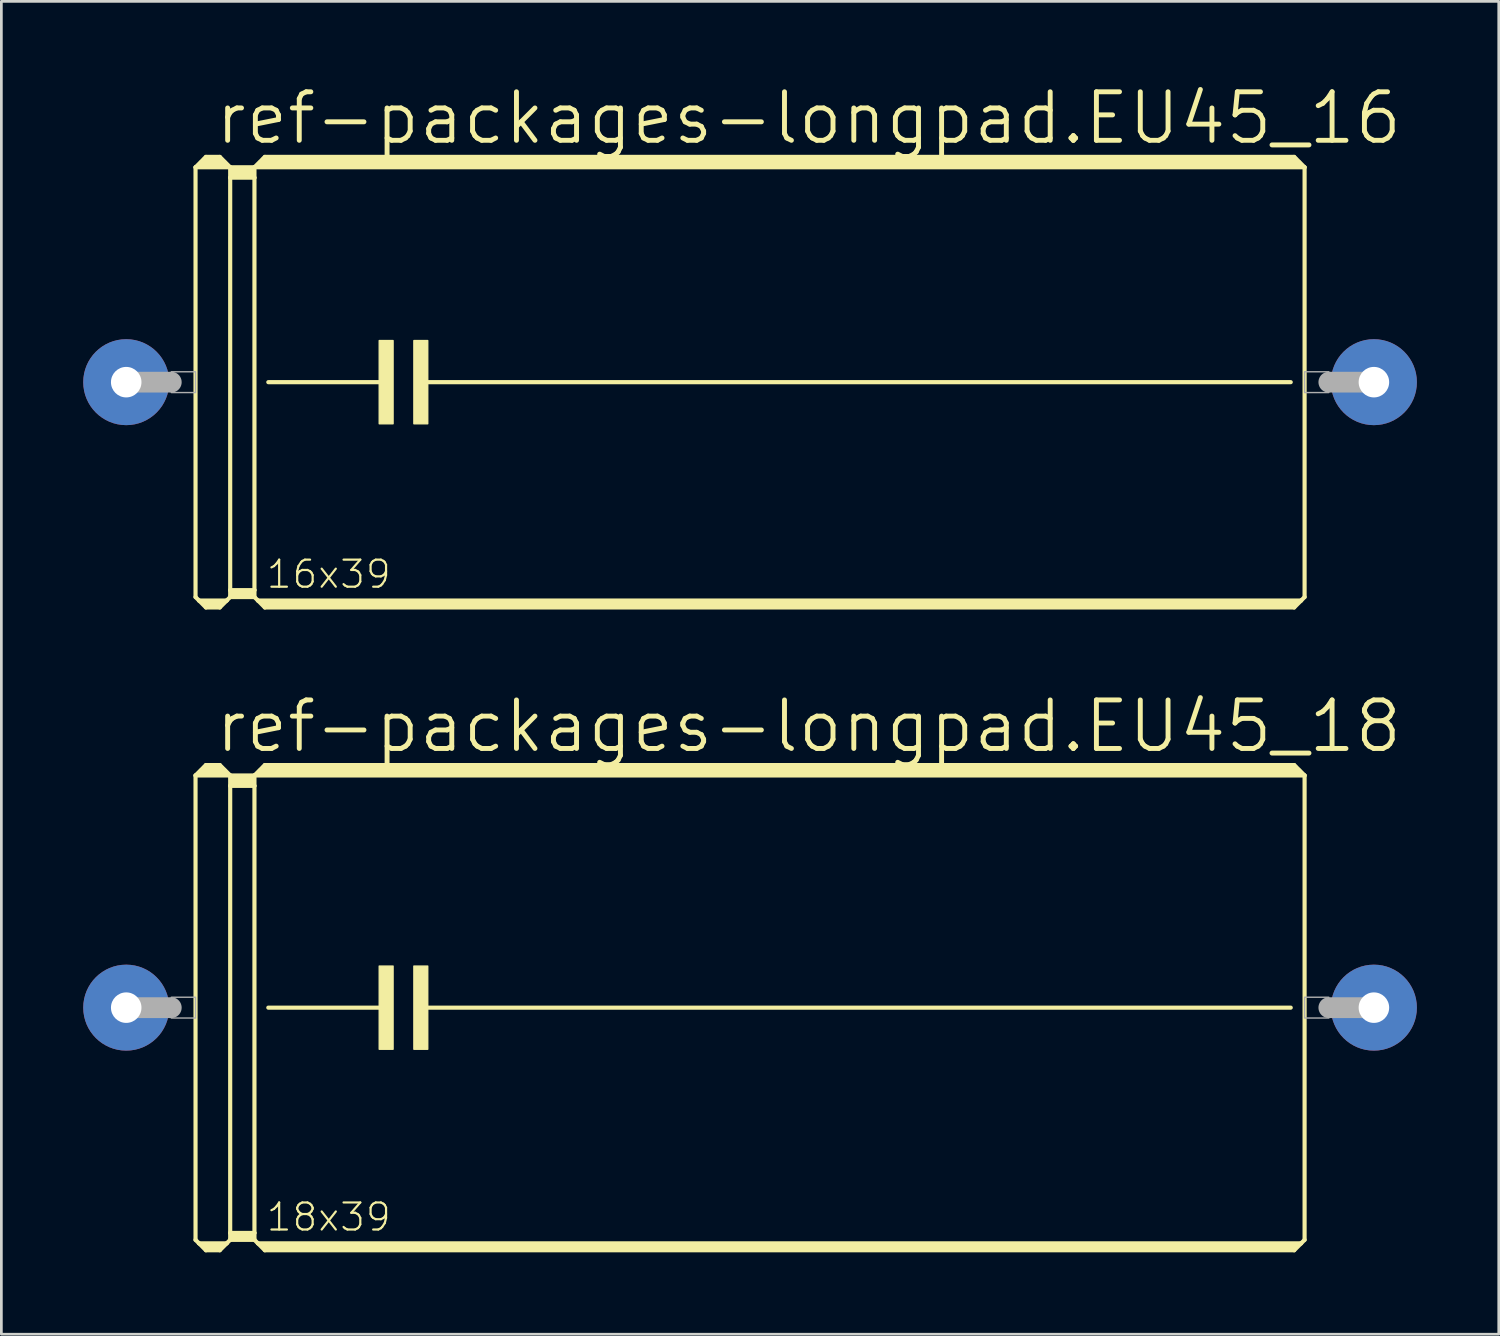
<source format=kicad_pcb>
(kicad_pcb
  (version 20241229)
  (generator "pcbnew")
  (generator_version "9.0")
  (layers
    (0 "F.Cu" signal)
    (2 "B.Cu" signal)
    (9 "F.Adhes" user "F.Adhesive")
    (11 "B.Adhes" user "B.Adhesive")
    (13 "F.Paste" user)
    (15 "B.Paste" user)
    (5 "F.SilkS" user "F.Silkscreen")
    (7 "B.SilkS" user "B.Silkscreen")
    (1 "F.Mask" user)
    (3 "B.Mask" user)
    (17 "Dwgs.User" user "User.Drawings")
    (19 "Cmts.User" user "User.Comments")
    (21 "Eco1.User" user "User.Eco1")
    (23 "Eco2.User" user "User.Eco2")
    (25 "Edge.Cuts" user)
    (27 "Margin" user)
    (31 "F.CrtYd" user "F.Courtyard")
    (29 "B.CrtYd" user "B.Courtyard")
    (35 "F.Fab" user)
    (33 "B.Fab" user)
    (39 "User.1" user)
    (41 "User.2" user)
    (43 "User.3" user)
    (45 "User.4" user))
  (footprint "ref-packages-longpad.EU45_18"
    (layer "F.Cu")
    (at 24.435 33.874)
    (property "Reference" "ref-packages-longpad.EU45_18" (at -19.685 -9.271 0) (layer "F.SilkS") (effects (font (size 1.778 1.778) (thickness 0.18)) (justify left bottom)))
    (attr through_hole)
    (fp_line (start -20.32 -8.509) (end -20.32 8.509) (stroke (width 0.152) (type default)) (layer "F.SilkS"))
    (fp_line (start -20.32 -8.509) (end -19.939 -8.89) (stroke (width 0.152) (type default)) (layer "F.SilkS"))
    (fp_line (start -20.32 -8.509) (end -19.05 -8.509) (stroke (width 0.152) (type default)) (layer "F.SilkS"))
    (fp_line (start -20.32 8.509) (end -20.193 8.636) (stroke (width 0.152) (type default)) (layer "F.SilkS"))
    (fp_line (start -20.193 8.636) (end -19.939 8.89) (stroke (width 0.152) (type default)) (layer "F.SilkS"))
    (fp_line (start -20.193 8.636) (end -19.177 8.636) (stroke (width 0.152) (type default)) (layer "F.SilkS"))
    (fp_line (start -20.066 -8.636) (end -19.304 -8.636) (stroke (width 0.305) (type default)) (layer "F.SilkS"))
    (fp_line (start -19.939 -8.89) (end -19.431 -8.89) (stroke (width 0.152) (type default)) (layer "F.SilkS"))
    (fp_line (start -19.939 -8.763) (end -19.431 -8.763) (stroke (width 0.305) (type default)) (layer "F.SilkS"))
    (fp_line (start -19.939 8.763) (end -19.431 8.763) (stroke (width 0.254) (type default)) (layer "F.SilkS"))
    (fp_line (start -19.939 8.89) (end -19.431 8.89) (stroke (width 0.152) (type default)) (layer "F.SilkS"))
    (fp_line (start -19.177 8.636) (end -19.431 8.89) (stroke (width 0.152) (type default)) (layer "F.SilkS"))
    (fp_line (start -19.05 -8.509) (end -19.431 -8.89) (stroke (width 0.152) (type default)) (layer "F.SilkS"))
    (fp_line (start -19.05 -8.509) (end -19.05 -8.128) (stroke (width 0.152) (type default)) (layer "F.SilkS"))
    (fp_line (start -19.05 -8.509) (end -18.161 -8.509) (stroke (width 0.152) (type default)) (layer "F.SilkS"))
    (fp_line (start -19.05 -8.128) (end -18.161 -8.128) (stroke (width 0.152) (type default)) (layer "F.SilkS"))
    (fp_line (start -19.05 8.255) (end -19.05 -8.128) (stroke (width 0.152) (type default)) (layer "F.SilkS"))
    (fp_line (start -19.05 8.255) (end -18.161 8.255) (stroke (width 0.152) (type default)) (layer "F.SilkS"))
    (fp_line (start -19.05 8.509) (end -19.177 8.636) (stroke (width 0.152) (type default)) (layer "F.SilkS"))
    (fp_line (start -19.05 8.509) (end -19.05 8.255) (stroke (width 0.152) (type default)) (layer "F.SilkS"))
    (fp_line (start -19.05 8.509) (end -18.161 8.509) (stroke (width 0.152) (type default)) (layer "F.SilkS"))
    (fp_line (start -18.923 -8.382) (end -18.288 -8.382) (stroke (width 0.305) (type default)) (layer "F.SilkS"))
    (fp_line (start -18.923 -8.255) (end -18.288 -8.255) (stroke (width 0.305) (type default)) (layer "F.SilkS"))
    (fp_line (start -18.923 8.382) (end -18.288 8.382) (stroke (width 0.254) (type default)) (layer "F.SilkS"))
    (fp_line (start -18.161 -8.509) (end -18.161 -8.128) (stroke (width 0.152) (type default)) (layer "F.SilkS"))
    (fp_line (start -18.161 -8.509) (end 20.32 -8.509) (stroke (width 0.152) (type default)) (layer "F.SilkS"))
    (fp_line (start -18.161 -8.128) (end -18.161 8.255) (stroke (width 0.152) (type default)) (layer "F.SilkS"))
    (fp_line (start -18.161 8.255) (end -18.161 8.509) (stroke (width 0.152) (type default)) (layer "F.SilkS"))
    (fp_line (start -18.034 8.636) (end -18.161 8.509) (stroke (width 0.152) (type default)) (layer "F.SilkS"))
    (fp_line (start -18.034 8.636) (end 20.193 8.636) (stroke (width 0.152) (type default)) (layer "F.SilkS"))
    (fp_line (start -17.907 -8.636) (end 20.066 -8.636) (stroke (width 0.305) (type default)) (layer "F.SilkS"))
    (fp_line (start -17.78 -8.89) (end -18.161 -8.509) (stroke (width 0.152) (type default)) (layer "F.SilkS"))
    (fp_line (start -17.78 -8.89) (end 19.939 -8.89) (stroke (width 0.152) (type default)) (layer "F.SilkS"))
    (fp_line (start -17.78 -8.763) (end 19.939 -8.763) (stroke (width 0.305) (type default)) (layer "F.SilkS"))
    (fp_line (start -17.78 8.763) (end 19.939 8.763) (stroke (width 0.254) (type default)) (layer "F.SilkS"))
    (fp_line (start -17.78 8.89) (end -18.034 8.636) (stroke (width 0.152) (type default)) (layer "F.SilkS"))
    (fp_line (start -17.78 8.89) (end 19.939 8.89) (stroke (width 0.152) (type default)) (layer "F.SilkS"))
    (fp_line (start -17.653 0) (end -13.335 0) (stroke (width 0.152) (type default)) (layer "F.SilkS"))
    (fp_line (start -11.938 0) (end 19.812 0) (stroke (width 0.152) (type default)) (layer "F.SilkS"))
    (fp_line (start 19.939 -8.89) (end 20.32 -8.509) (stroke (width 0.152) (type default)) (layer "F.SilkS"))
    (fp_line (start 19.939 8.89) (end 20.193 8.636) (stroke (width 0.152) (type default)) (layer "F.SilkS"))
    (fp_line (start 20.193 8.636) (end 20.32 8.509) (stroke (width 0.152) (type default)) (layer "F.SilkS"))
    (fp_line (start 20.32 -8.509) (end 20.32 8.509) (stroke (width 0.152) (type default)) (layer "F.SilkS"))
    (fp_rect (start -13.589 1.524) (end -13.081 -1.524) (stroke (width 0.05) (type default)) (fill yes) (layer "F.SilkS"))
    (fp_rect (start -12.319 1.524) (end -11.811 -1.524) (stroke (width 0.05) (type default)) (fill yes) (layer "F.SilkS"))
    (fp_line (start -22.86 0) (end -21.209 0) (stroke (width 0.762) (type default)) (layer "F.Fab"))
    (fp_line (start 22.86 0) (end 21.209 0) (stroke (width 0.762) (type default)) (layer "F.Fab"))
    (fp_rect (start -21.209 0.381) (end -20.32 -0.381) (stroke (width 0.05) (type default)) (fill no) (layer "F.Fab"))
    (fp_rect (start 20.32 0.381) (end 21.209 -0.381) (stroke (width 0.05) (type default)) (fill no) (layer "F.Fab"))
    (fp_text user "18x39" (at -17.78 8.255 0) (layer "F.SilkS") (effects (font (size 0.991 0.991) (thickness 0.08)) (justify left bottom)))
    (pad "1" thru_hole circle (at -22.86 0) (size 3.15 3.15) (drill 1.118) (layers "*.Cu" "*.Mask"))
    (pad "2" thru_hole circle (at 22.86 0) (size 3.15 3.15) (drill 1.118) (layers "*.Cu" "*.Mask")))
  (footprint "ref-packages-longpad.EU45_16"
    (layer "F.Cu")
    (at 24.435 10.954)
    (property "Reference" "ref-packages-longpad.EU45_16" (at -19.685 -8.636 0) (layer "F.SilkS") (effects (font (size 1.778 1.778) (thickness 0.18)) (justify left bottom)))
    (attr through_hole)
    (fp_line (start -20.32 -7.874) (end -20.32 7.874) (stroke (width 0.152) (type default)) (layer "F.SilkS"))
    (fp_line (start -20.32 -7.874) (end -19.939 -8.255) (stroke (width 0.152) (type default)) (layer "F.SilkS"))
    (fp_line (start -20.32 -7.874) (end -19.05 -7.874) (stroke (width 0.152) (type default)) (layer "F.SilkS"))
    (fp_line (start -20.32 7.874) (end -20.193 8.001) (stroke (width 0.152) (type default)) (layer "F.SilkS"))
    (fp_line (start -20.193 8.001) (end -19.939 8.255) (stroke (width 0.152) (type default)) (layer "F.SilkS"))
    (fp_line (start -20.193 8.001) (end -19.177 8.001) (stroke (width 0.152) (type default)) (layer "F.SilkS"))
    (fp_line (start -20.066 -8.001) (end -19.304 -8.001) (stroke (width 0.305) (type default)) (layer "F.SilkS"))
    (fp_line (start -19.939 -8.255) (end -19.431 -8.255) (stroke (width 0.152) (type default)) (layer "F.SilkS"))
    (fp_line (start -19.939 -8.128) (end -19.431 -8.128) (stroke (width 0.305) (type default)) (layer "F.SilkS"))
    (fp_line (start -19.939 8.128) (end -19.431 8.128) (stroke (width 0.254) (type default)) (layer "F.SilkS"))
    (fp_line (start -19.939 8.255) (end -19.431 8.255) (stroke (width 0.152) (type default)) (layer "F.SilkS"))
    (fp_line (start -19.177 8.001) (end -19.431 8.255) (stroke (width 0.152) (type default)) (layer "F.SilkS"))
    (fp_line (start -19.05 -7.874) (end -19.431 -8.255) (stroke (width 0.152) (type default)) (layer "F.SilkS"))
    (fp_line (start -19.05 -7.874) (end -19.05 -7.493) (stroke (width 0.152) (type default)) (layer "F.SilkS"))
    (fp_line (start -19.05 -7.874) (end -18.161 -7.874) (stroke (width 0.152) (type default)) (layer "F.SilkS"))
    (fp_line (start -19.05 -7.493) (end -18.161 -7.493) (stroke (width 0.152) (type default)) (layer "F.SilkS"))
    (fp_line (start -19.05 7.62) (end -19.05 -7.493) (stroke (width 0.152) (type default)) (layer "F.SilkS"))
    (fp_line (start -19.05 7.62) (end -18.161 7.62) (stroke (width 0.152) (type default)) (layer "F.SilkS"))
    (fp_line (start -19.05 7.874) (end -19.177 8.001) (stroke (width 0.152) (type default)) (layer "F.SilkS"))
    (fp_line (start -19.05 7.874) (end -19.05 7.62) (stroke (width 0.152) (type default)) (layer "F.SilkS"))
    (fp_line (start -19.05 7.874) (end -18.161 7.874) (stroke (width 0.152) (type default)) (layer "F.SilkS"))
    (fp_line (start -18.923 -7.747) (end -18.288 -7.747) (stroke (width 0.305) (type default)) (layer "F.SilkS"))
    (fp_line (start -18.923 -7.62) (end -18.288 -7.62) (stroke (width 0.305) (type default)) (layer "F.SilkS"))
    (fp_line (start -18.923 7.747) (end -18.288 7.747) (stroke (width 0.254) (type default)) (layer "F.SilkS"))
    (fp_line (start -18.161 -7.874) (end -18.161 -7.493) (stroke (width 0.152) (type default)) (layer "F.SilkS"))
    (fp_line (start -18.161 -7.874) (end 20.32 -7.874) (stroke (width 0.152) (type default)) (layer "F.SilkS"))
    (fp_line (start -18.161 -7.493) (end -18.161 7.62) (stroke (width 0.152) (type default)) (layer "F.SilkS"))
    (fp_line (start -18.161 7.62) (end -18.161 7.874) (stroke (width 0.152) (type default)) (layer "F.SilkS"))
    (fp_line (start -18.034 8.001) (end -18.161 7.874) (stroke (width 0.152) (type default)) (layer "F.SilkS"))
    (fp_line (start -18.034 8.001) (end 20.193 8.001) (stroke (width 0.152) (type default)) (layer "F.SilkS"))
    (fp_line (start -17.907 -8.001) (end 20.066 -8.001) (stroke (width 0.305) (type default)) (layer "F.SilkS"))
    (fp_line (start -17.78 -8.255) (end -18.161 -7.874) (stroke (width 0.152) (type default)) (layer "F.SilkS"))
    (fp_line (start -17.78 -8.255) (end 19.939 -8.255) (stroke (width 0.152) (type default)) (layer "F.SilkS"))
    (fp_line (start -17.78 -8.128) (end 19.939 -8.128) (stroke (width 0.305) (type default)) (layer "F.SilkS"))
    (fp_line (start -17.78 8.128) (end 19.939 8.128) (stroke (width 0.254) (type default)) (layer "F.SilkS"))
    (fp_line (start -17.78 8.255) (end -18.034 8.001) (stroke (width 0.152) (type default)) (layer "F.SilkS"))
    (fp_line (start -17.78 8.255) (end 19.939 8.255) (stroke (width 0.152) (type default)) (layer "F.SilkS"))
    (fp_line (start -17.653 0) (end -13.335 0) (stroke (width 0.152) (type default)) (layer "F.SilkS"))
    (fp_line (start -11.938 0) (end 19.812 0) (stroke (width 0.152) (type default)) (layer "F.SilkS"))
    (fp_line (start 19.939 -8.255) (end 20.32 -7.874) (stroke (width 0.152) (type default)) (layer "F.SilkS"))
    (fp_line (start 19.939 8.255) (end 20.193 8.001) (stroke (width 0.152) (type default)) (layer "F.SilkS"))
    (fp_line (start 20.193 8.001) (end 20.32 7.874) (stroke (width 0.152) (type default)) (layer "F.SilkS"))
    (fp_line (start 20.32 -7.874) (end 20.32 7.874) (stroke (width 0.152) (type default)) (layer "F.SilkS"))
    (fp_rect (start -13.589 1.524) (end -13.081 -1.524) (stroke (width 0.05) (type default)) (fill yes) (layer "F.SilkS"))
    (fp_rect (start -12.319 1.524) (end -11.811 -1.524) (stroke (width 0.05) (type default)) (fill yes) (layer "F.SilkS"))
    (fp_line (start -22.86 0) (end -21.209 0) (stroke (width 0.762) (type default)) (layer "F.Fab"))
    (fp_line (start 22.86 0) (end 21.209 0) (stroke (width 0.762) (type default)) (layer "F.Fab"))
    (fp_rect (start -21.209 0.381) (end -20.32 -0.381) (stroke (width 0.05) (type default)) (fill no) (layer "F.Fab"))
    (fp_rect (start 20.32 0.381) (end 21.209 -0.381) (stroke (width 0.05) (type default)) (fill no) (layer "F.Fab"))
    (fp_text user "16x39" (at -17.78 7.62 0) (layer "F.SilkS") (effects (font (size 0.991 0.991) (thickness 0.08)) (justify left bottom)))
    (pad "1" thru_hole circle (at -22.86 0) (size 3.15 3.15) (drill 1.118) (layers "*.Cu" "*.Mask"))
    (pad "2" thru_hole circle (at 22.86 0) (size 3.15 3.15) (drill 1.118) (layers "*.Cu" "*.Mask")))
  (gr_rect
    (start -3 -3)
    (end 51.87 45.84)
    (stroke (width 0.1) (type default))
    (fill no)
    (layer "Edge.Cuts")))
</source>
